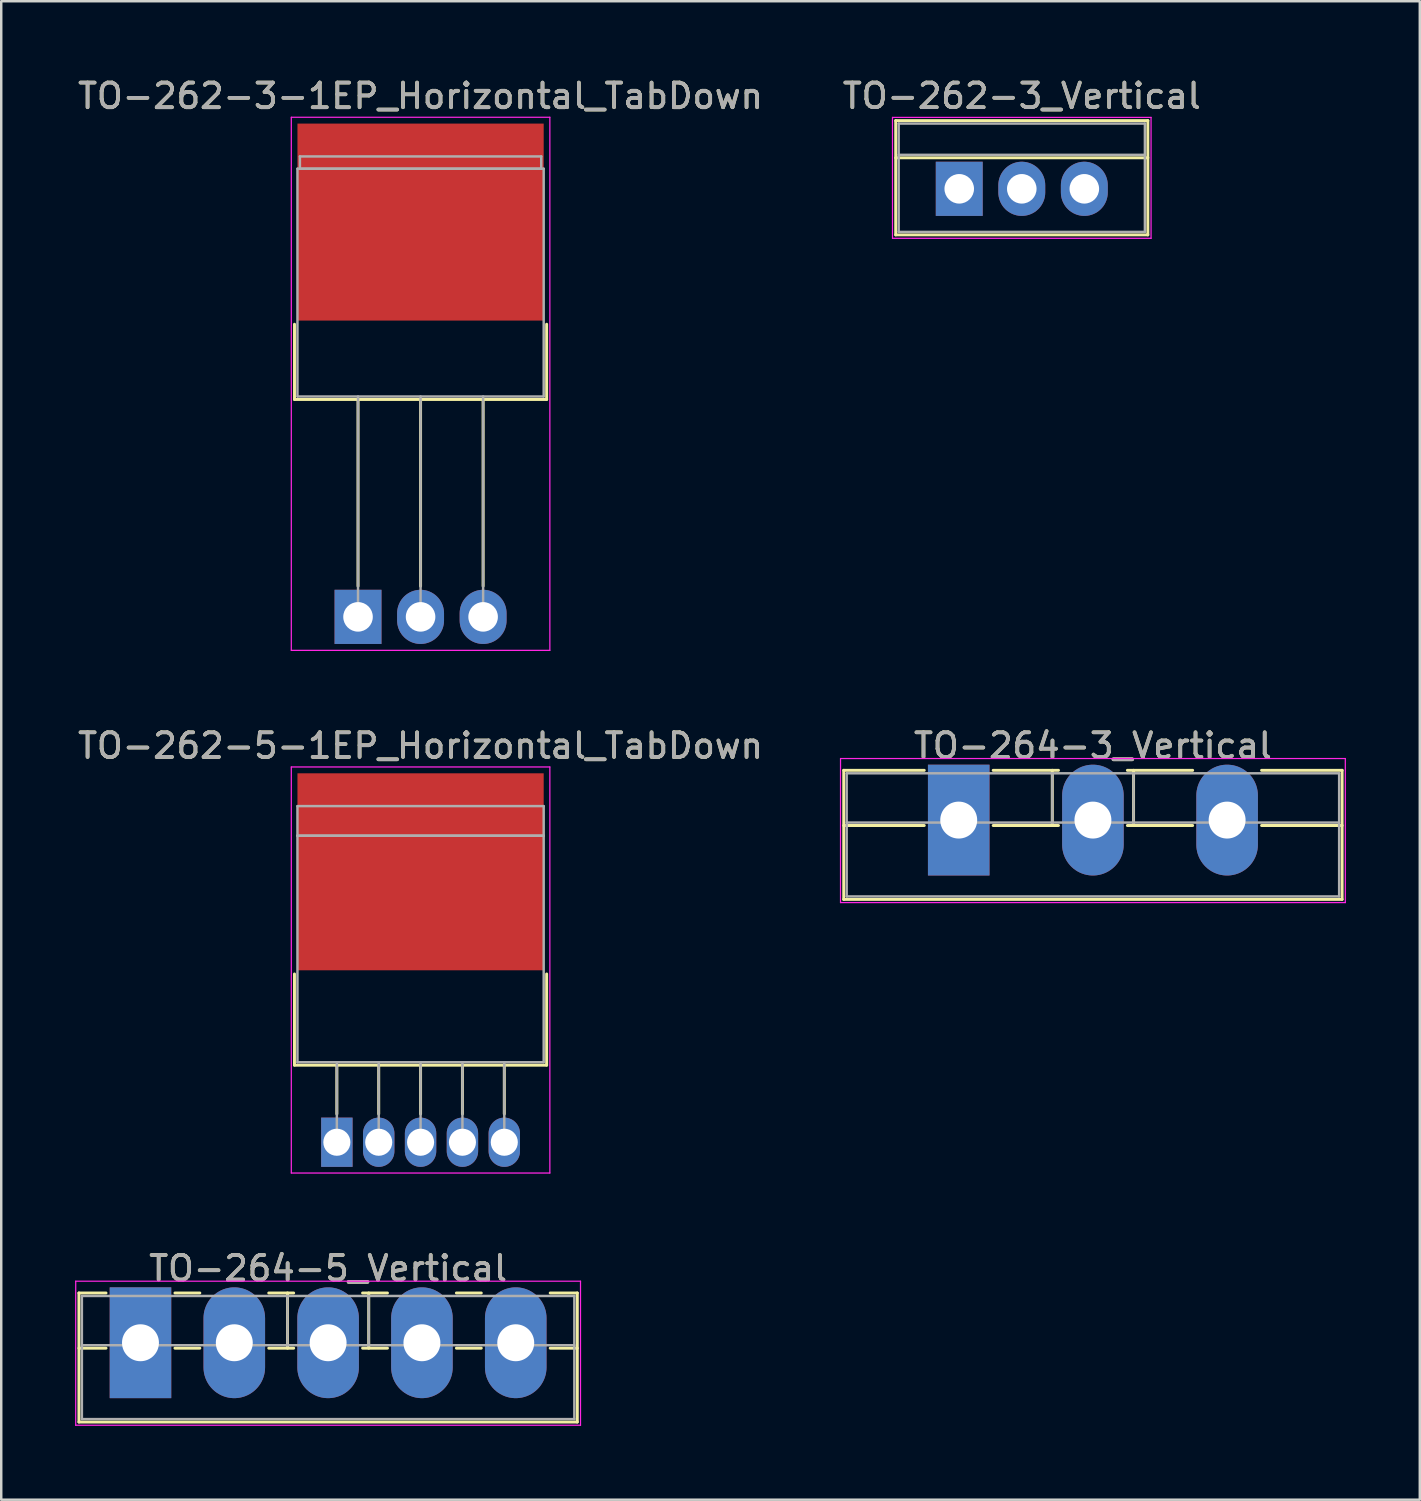
<source format=kicad_pcb>
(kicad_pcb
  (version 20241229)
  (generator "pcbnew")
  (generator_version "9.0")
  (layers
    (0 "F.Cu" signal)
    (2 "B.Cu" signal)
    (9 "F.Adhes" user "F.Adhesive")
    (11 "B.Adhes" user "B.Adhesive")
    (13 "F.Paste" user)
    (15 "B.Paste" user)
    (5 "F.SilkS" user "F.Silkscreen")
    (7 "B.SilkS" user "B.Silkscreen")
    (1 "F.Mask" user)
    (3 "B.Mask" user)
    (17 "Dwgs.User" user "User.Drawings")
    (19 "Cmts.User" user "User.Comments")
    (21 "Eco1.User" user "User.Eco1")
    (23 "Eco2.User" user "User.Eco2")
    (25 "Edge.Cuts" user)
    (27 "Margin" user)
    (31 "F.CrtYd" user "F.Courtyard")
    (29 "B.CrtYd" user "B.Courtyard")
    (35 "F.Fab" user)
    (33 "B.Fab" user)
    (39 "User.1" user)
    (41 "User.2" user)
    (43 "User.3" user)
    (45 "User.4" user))
  (footprint "TO-262-5-1EP_Horizontal_TabDown"
    (layer "F.Cu")
    (at 10.63 43.338)
    (property "Reference" "TO-262-5-1EP_Horizontal_TabDown" (at 3.4 -16.103 0) (layer "F.SilkS") (effects (font (size 1 1) (thickness 0.15))))
    (attr through_hole)
    (fp_line (start -1.721 -6.834) (end -1.721 -3.13) (stroke (width 0.12) (type solid)) (layer "F.SilkS"))
    (fp_line (start -1.721 -3.13) (end 8.52 -3.13) (stroke (width 0.12) (type solid)) (layer "F.SilkS"))
    (fp_line (start 0 -3.13) (end 0 -1.15) (stroke (width 0.12) (type solid)) (layer "F.SilkS"))
    (fp_line (start 1.7 -3.13) (end 1.7 -1.15) (stroke (width 0.12) (type solid)) (layer "F.SilkS"))
    (fp_line (start 3.4 -3.13) (end 3.4 -1.15) (stroke (width 0.12) (type solid)) (layer "F.SilkS"))
    (fp_line (start 5.1 -3.13) (end 5.1 -1.15) (stroke (width 0.12) (type solid)) (layer "F.SilkS"))
    (fp_line (start 6.8 -3.13) (end 6.8 -1.15) (stroke (width 0.12) (type solid)) (layer "F.SilkS"))
    (fp_line (start 8.52 -6.834) (end 8.52 -3.13) (stroke (width 0.12) (type solid)) (layer "F.SilkS"))
    (fp_line (start -1.85 -15.24) (end -1.85 1.25) (stroke (width 0.05) (type solid)) (layer "F.CrtYd"))
    (fp_line (start -1.85 1.25) (end 8.65 1.25) (stroke (width 0.05) (type solid)) (layer "F.CrtYd"))
    (fp_line (start 8.65 -15.24) (end -1.85 -15.24) (stroke (width 0.05) (type solid)) (layer "F.CrtYd"))
    (fp_line (start 8.65 1.25) (end 8.65 -15.24) (stroke (width 0.05) (type solid)) (layer "F.CrtYd"))
    (fp_line (start -1.6 -13.65) (end 8.4 -13.65) (stroke (width 0.1) (type solid)) (layer "F.Fab"))
    (fp_line (start -1.6 -12.45) (end -1.6 -13.65) (stroke (width 0.1) (type solid)) (layer "F.Fab"))
    (fp_line (start -1.6 -12.45) (end 8.4 -12.45) (stroke (width 0.1) (type solid)) (layer "F.Fab"))
    (fp_line (start -1.6 -3.25) (end -1.6 -12.45) (stroke (width 0.1) (type solid)) (layer "F.Fab"))
    (fp_line (start 0 -3.25) (end 0 0) (stroke (width 0.1) (type solid)) (layer "F.Fab"))
    (fp_line (start 1.7 -3.25) (end 1.7 0) (stroke (width 0.1) (type solid)) (layer "F.Fab"))
    (fp_line (start 3.4 -3.25) (end 3.4 0) (stroke (width 0.1) (type solid)) (layer "F.Fab"))
    (fp_line (start 5.1 -3.25) (end 5.1 0) (stroke (width 0.1) (type solid)) (layer "F.Fab"))
    (fp_line (start 6.8 -3.25) (end 6.8 0) (stroke (width 0.1) (type solid)) (layer "F.Fab"))
    (fp_line (start 8.4 -13.65) (end 8.4 -12.45) (stroke (width 0.1) (type solid)) (layer "F.Fab"))
    (fp_line (start 8.4 -12.45) (end -1.6 -12.45) (stroke (width 0.1) (type solid)) (layer "F.Fab"))
    (fp_line (start 8.4 -12.45) (end 8.4 -3.25) (stroke (width 0.1) (type solid)) (layer "F.Fab"))
    (fp_line (start 8.4 -3.25) (end -1.6 -3.25) (stroke (width 0.1) (type solid)) (layer "F.Fab"))
    (fp_text user "${REFERENCE}" (at 3.4 -16.103 0) (layer "F.Fab") (effects (font (size 1 1) (thickness 0.15))))
    (pad "1" thru_hole rect (at 0 0) (size 1.275 2) (drill 1.1) (layers "*.Cu" "*.Mask"))
    (pad "2" thru_hole oval (at 1.7 0) (size 1.275 2) (drill 1.1) (layers "*.Cu" "*.Mask"))
    (pad "3" thru_hole oval (at 3.4 0) (size 1.275 2) (drill 1.1) (layers "*.Cu" "*.Mask"))
    (pad "4" thru_hole oval (at 5.1 0) (size 1.275 2) (drill 1.1) (layers "*.Cu" "*.Mask"))
    (pad "5" thru_hole oval (at 6.8 0) (size 1.275 2) (drill 1.1) (layers "*.Cu" "*.Mask"))
    (pad "6" smd rect (at 3.4 -10.983) (size 10 8) (layers "F.Cu" "F.Mask")))
  (footprint "TO-264-3_Vertical"
    (layer "F.Cu")
    (at 35.885 30.255)
    (property "Reference" "TO-264-3_Vertical" (at 5.45 -3.02 0) (layer "F.SilkS") (effects (font (size 1 1) (thickness 0.15))))
    (attr through_hole)
    (fp_line (start -4.67 -2.021) (end -4.67 3.22) (stroke (width 0.12) (type solid)) (layer "F.SilkS"))
    (fp_line (start -4.67 -2.021) (end -1.4 -2.021) (stroke (width 0.12) (type solid)) (layer "F.SilkS"))
    (fp_line (start -4.67 0.22) (end -1.4 0.22) (stroke (width 0.12) (type solid)) (layer "F.SilkS"))
    (fp_line (start -4.67 3.22) (end 15.57 3.22) (stroke (width 0.12) (type solid)) (layer "F.SilkS"))
    (fp_line (start 1.4 -2.021) (end 4.051 -2.021) (stroke (width 0.12) (type solid)) (layer "F.SilkS"))
    (fp_line (start 1.4 0.22) (end 4.051 0.22) (stroke (width 0.12) (type solid)) (layer "F.SilkS"))
    (fp_line (start 3.8 -2.021) (end 3.8 0.22) (stroke (width 0.12) (type solid)) (layer "F.SilkS"))
    (fp_line (start 6.85 -2.021) (end 9.5 -2.021) (stroke (width 0.12) (type solid)) (layer "F.SilkS"))
    (fp_line (start 6.85 0.22) (end 9.5 0.22) (stroke (width 0.12) (type solid)) (layer "F.SilkS"))
    (fp_line (start 7.1 -2.021) (end 7.1 0.22) (stroke (width 0.12) (type solid)) (layer "F.SilkS"))
    (fp_line (start 12.3 -2.021) (end 15.57 -2.021) (stroke (width 0.12) (type solid)) (layer "F.SilkS"))
    (fp_line (start 12.3 0.22) (end 15.57 0.22) (stroke (width 0.12) (type solid)) (layer "F.SilkS"))
    (fp_line (start 15.57 -2.021) (end 15.57 3.22) (stroke (width 0.12) (type solid)) (layer "F.SilkS"))
    (fp_line (start -4.8 -2.5) (end -4.8 3.35) (stroke (width 0.05) (type solid)) (layer "F.CrtYd"))
    (fp_line (start -4.8 3.35) (end 15.7 3.35) (stroke (width 0.05) (type solid)) (layer "F.CrtYd"))
    (fp_line (start 15.7 -2.5) (end -4.8 -2.5) (stroke (width 0.05) (type solid)) (layer "F.CrtYd"))
    (fp_line (start 15.7 3.35) (end 15.7 -2.5) (stroke (width 0.05) (type solid)) (layer "F.CrtYd"))
    (fp_line (start -4.55 -1.9) (end -4.55 3.1) (stroke (width 0.1) (type solid)) (layer "F.Fab"))
    (fp_line (start -4.55 0.1) (end 15.45 0.1) (stroke (width 0.1) (type solid)) (layer "F.Fab"))
    (fp_line (start -4.55 3.1) (end 15.45 3.1) (stroke (width 0.1) (type solid)) (layer "F.Fab"))
    (fp_line (start 3.8 -1.9) (end 3.8 0.1) (stroke (width 0.1) (type solid)) (layer "F.Fab"))
    (fp_line (start 7.1 -1.9) (end 7.1 0.1) (stroke (width 0.1) (type solid)) (layer "F.Fab"))
    (fp_line (start 15.45 -1.9) (end -4.55 -1.9) (stroke (width 0.1) (type solid)) (layer "F.Fab"))
    (fp_line (start 15.45 3.1) (end 15.45 -1.9) (stroke (width 0.1) (type solid)) (layer "F.Fab"))
    (fp_text user "${REFERENCE}" (at 5.45 -3.02 0) (layer "F.Fab") (effects (font (size 1 1) (thickness 0.15))))
    (pad "1" thru_hole rect (at 0 0) (size 2.5 4.5) (drill 1.5) (layers "*.Cu" "*.Mask"))
    (pad "2" thru_hole oval (at 5.45 0) (size 2.5 4.5) (drill 1.5) (layers "*.Cu" "*.Mask"))
    (pad "3" thru_hole oval (at 10.9 0) (size 2.5 4.5) (drill 1.5) (layers "*.Cu" "*.Mask")))
  (footprint "TO-262-3-1EP_Horizontal_TabDown"
    (layer "F.Cu")
    (at 11.49 22.002)
    (property "Reference" "TO-262-3-1EP_Horizontal_TabDown" (at 2.54 -21.153 0) (layer "F.SilkS") (effects (font (size 1 1) (thickness 0.15))))
    (attr through_hole)
    (fp_line (start -2.58 -11.884) (end -2.58 -8.83) (stroke (width 0.12) (type solid)) (layer "F.SilkS"))
    (fp_line (start -2.58 -8.83) (end 7.66 -8.83) (stroke (width 0.12) (type solid)) (layer "F.SilkS"))
    (fp_line (start 0 -8.83) (end 0 -1.25) (stroke (width 0.12) (type solid)) (layer "F.SilkS"))
    (fp_line (start 2.54 -8.83) (end 2.54 -1.25) (stroke (width 0.12) (type solid)) (layer "F.SilkS"))
    (fp_line (start 5.08 -8.83) (end 5.08 -1.25) (stroke (width 0.12) (type solid)) (layer "F.SilkS"))
    (fp_line (start 7.66 -11.884) (end 7.66 -8.83) (stroke (width 0.12) (type solid)) (layer "F.SilkS"))
    (fp_line (start -2.71 -20.29) (end -2.71 1.36) (stroke (width 0.05) (type solid)) (layer "F.CrtYd"))
    (fp_line (start -2.71 1.36) (end 7.79 1.36) (stroke (width 0.05) (type solid)) (layer "F.CrtYd"))
    (fp_line (start 7.79 -20.29) (end -2.71 -20.29) (stroke (width 0.05) (type solid)) (layer "F.CrtYd"))
    (fp_line (start 7.79 1.36) (end 7.79 -20.29) (stroke (width 0.05) (type solid)) (layer "F.CrtYd"))
    (fp_line (start -2.46 -18.2) (end 7.54 -18.2) (stroke (width 0.1) (type solid)) (layer "F.Fab"))
    (fp_line (start -2.46 -8.95) (end -2.46 -18.2) (stroke (width 0.1) (type solid)) (layer "F.Fab"))
    (fp_line (start -2.36 -18.7) (end 7.44 -18.7) (stroke (width 0.1) (type solid)) (layer "F.Fab"))
    (fp_line (start -2.36 -18.2) (end -2.36 -18.7) (stroke (width 0.1) (type solid)) (layer "F.Fab"))
    (fp_line (start 0 -8.95) (end 0 0) (stroke (width 0.1) (type solid)) (layer "F.Fab"))
    (fp_line (start 2.54 -8.95) (end 2.54 0) (stroke (width 0.1) (type solid)) (layer "F.Fab"))
    (fp_line (start 5.08 -8.95) (end 5.08 0) (stroke (width 0.1) (type solid)) (layer "F.Fab"))
    (fp_line (start 7.44 -18.7) (end 7.44 -18.2) (stroke (width 0.1) (type solid)) (layer "F.Fab"))
    (fp_line (start 7.44 -18.2) (end -2.36 -18.2) (stroke (width 0.1) (type solid)) (layer "F.Fab"))
    (fp_line (start 7.54 -18.2) (end 7.54 -8.95) (stroke (width 0.1) (type solid)) (layer "F.Fab"))
    (fp_line (start 7.54 -8.95) (end -2.46 -8.95) (stroke (width 0.1) (type solid)) (layer "F.Fab"))
    (fp_text user "${REFERENCE}" (at 2.54 -21.153 0) (layer "F.Fab") (effects (font (size 1 1) (thickness 0.15))))
    (pad "1" thru_hole rect (at 0 0) (size 1.905 2.2) (drill 1.2) (layers "*.Cu" "*.Mask"))
    (pad "2" thru_hole oval (at 2.54 0) (size 1.905 2.2) (drill 1.2) (layers "*.Cu" "*.Mask"))
    (pad "3" thru_hole oval (at 5.08 0) (size 1.905 2.2) (drill 1.2) (layers "*.Cu" "*.Mask"))
    (pad "4" smd rect (at 2.54 -16.033) (size 10 8) (layers "F.Cu" "F.Mask")))
  (footprint "TO-264-5_Vertical"
    (layer "F.Cu")
    (at 2.655 51.481)
    (property "Reference" "TO-264-5_Vertical" (at 7.62 -3.02 0) (layer "F.SilkS") (effects (font (size 1 1) (thickness 0.15))))
    (attr through_hole)
    (fp_line (start -2.5 -2.021) (end -2.5 3.22) (stroke (width 0.12) (type solid)) (layer "F.SilkS"))
    (fp_line (start -2.5 -2.021) (end -1.4 -2.021) (stroke (width 0.12) (type solid)) (layer "F.SilkS"))
    (fp_line (start -2.5 0.22) (end -1.4 0.22) (stroke (width 0.12) (type solid)) (layer "F.SilkS"))
    (fp_line (start -2.5 3.22) (end 17.74 3.22) (stroke (width 0.12) (type solid)) (layer "F.SilkS"))
    (fp_line (start 1.4 -2.021) (end 2.41 -2.021) (stroke (width 0.12) (type solid)) (layer "F.SilkS"))
    (fp_line (start 1.4 0.22) (end 2.41 0.22) (stroke (width 0.12) (type solid)) (layer "F.SilkS"))
    (fp_line (start 5.21 -2.021) (end 6.221 -2.021) (stroke (width 0.12) (type solid)) (layer "F.SilkS"))
    (fp_line (start 5.21 0.22) (end 6.221 0.22) (stroke (width 0.12) (type solid)) (layer "F.SilkS"))
    (fp_line (start 5.971 -2.021) (end 5.971 0.22) (stroke (width 0.12) (type solid)) (layer "F.SilkS"))
    (fp_line (start 9.02 -2.021) (end 10.03 -2.021) (stroke (width 0.12) (type solid)) (layer "F.SilkS"))
    (fp_line (start 9.02 0.22) (end 10.03 0.22) (stroke (width 0.12) (type solid)) (layer "F.SilkS"))
    (fp_line (start 9.27 -2.021) (end 9.27 0.22) (stroke (width 0.12) (type solid)) (layer "F.SilkS"))
    (fp_line (start 12.83 -2.021) (end 13.84 -2.021) (stroke (width 0.12) (type solid)) (layer "F.SilkS"))
    (fp_line (start 12.83 0.22) (end 13.84 0.22) (stroke (width 0.12) (type solid)) (layer "F.SilkS"))
    (fp_line (start 16.64 -2.021) (end 17.74 -2.021) (stroke (width 0.12) (type solid)) (layer "F.SilkS"))
    (fp_line (start 16.64 0.22) (end 17.74 0.22) (stroke (width 0.12) (type solid)) (layer "F.SilkS"))
    (fp_line (start 17.74 -2.021) (end 17.74 3.22) (stroke (width 0.12) (type solid)) (layer "F.SilkS"))
    (fp_line (start -2.63 -2.5) (end -2.63 3.35) (stroke (width 0.05) (type solid)) (layer "F.CrtYd"))
    (fp_line (start -2.63 3.35) (end 17.87 3.35) (stroke (width 0.05) (type solid)) (layer "F.CrtYd"))
    (fp_line (start 17.87 -2.5) (end -2.63 -2.5) (stroke (width 0.05) (type solid)) (layer "F.CrtYd"))
    (fp_line (start 17.87 3.35) (end 17.87 -2.5) (stroke (width 0.05) (type solid)) (layer "F.CrtYd"))
    (fp_line (start -2.38 -1.9) (end -2.38 3.1) (stroke (width 0.1) (type solid)) (layer "F.Fab"))
    (fp_line (start -2.38 0.1) (end 17.62 0.1) (stroke (width 0.1) (type solid)) (layer "F.Fab"))
    (fp_line (start -2.38 3.1) (end 17.62 3.1) (stroke (width 0.1) (type solid)) (layer "F.Fab"))
    (fp_line (start 5.97 -1.9) (end 5.97 0.1) (stroke (width 0.1) (type solid)) (layer "F.Fab"))
    (fp_line (start 9.27 -1.9) (end 9.27 0.1) (stroke (width 0.1) (type solid)) (layer "F.Fab"))
    (fp_line (start 17.62 -1.9) (end -2.38 -1.9) (stroke (width 0.1) (type solid)) (layer "F.Fab"))
    (fp_line (start 17.62 3.1) (end 17.62 -1.9) (stroke (width 0.1) (type solid)) (layer "F.Fab"))
    (fp_text user "${REFERENCE}" (at 7.62 -3.02 0) (layer "F.Fab") (effects (font (size 1 1) (thickness 0.15))))
    (pad "1" thru_hole rect (at 0 0) (size 2.5 4.5) (drill 1.5) (layers "*.Cu" "*.Mask"))
    (pad "2" thru_hole oval (at 3.81 0) (size 2.5 4.5) (drill 1.5) (layers "*.Cu" "*.Mask"))
    (pad "3" thru_hole oval (at 7.62 0) (size 2.5 4.5) (drill 1.5) (layers "*.Cu" "*.Mask"))
    (pad "4" thru_hole oval (at 11.43 0) (size 2.5 4.5) (drill 1.5) (layers "*.Cu" "*.Mask"))
    (pad "5" thru_hole oval (at 15.24 0) (size 2.5 4.5) (drill 1.5) (layers "*.Cu" "*.Mask")))
  (footprint "TO-262-3_Vertical"
    (layer "F.Cu")
    (at 35.906 4.618)
    (property "Reference" "TO-262-3_Vertical" (at 2.54 -3.77 0) (layer "F.SilkS") (effects (font (size 1 1) (thickness 0.15))))
    (attr through_hole)
    (fp_line (start -2.58 -2.77) (end -2.58 1.871) (stroke (width 0.12) (type solid)) (layer "F.SilkS"))
    (fp_line (start -2.58 -2.77) (end 7.66 -2.77) (stroke (width 0.12) (type solid)) (layer "F.SilkS"))
    (fp_line (start -2.58 -1.26) (end 7.66 -1.26) (stroke (width 0.12) (type solid)) (layer "F.SilkS"))
    (fp_line (start -2.58 1.871) (end 7.66 1.871) (stroke (width 0.12) (type solid)) (layer "F.SilkS"))
    (fp_line (start 7.66 -2.77) (end 7.66 1.871) (stroke (width 0.12) (type solid)) (layer "F.SilkS"))
    (fp_line (start -2.71 -2.9) (end -2.71 2.01) (stroke (width 0.05) (type solid)) (layer "F.CrtYd"))
    (fp_line (start -2.71 2.01) (end 7.79 2.01) (stroke (width 0.05) (type solid)) (layer "F.CrtYd"))
    (fp_line (start 7.79 -2.9) (end -2.71 -2.9) (stroke (width 0.05) (type solid)) (layer "F.CrtYd"))
    (fp_line (start 7.79 2.01) (end 7.79 -2.9) (stroke (width 0.05) (type solid)) (layer "F.CrtYd"))
    (fp_line (start -2.46 -2.65) (end -2.46 1.75) (stroke (width 0.1) (type solid)) (layer "F.Fab"))
    (fp_line (start -2.46 -1.38) (end 7.54 -1.38) (stroke (width 0.1) (type solid)) (layer "F.Fab"))
    (fp_line (start -2.46 1.75) (end 7.54 1.75) (stroke (width 0.1) (type solid)) (layer "F.Fab"))
    (fp_line (start 7.54 -2.65) (end -2.46 -2.65) (stroke (width 0.1) (type solid)) (layer "F.Fab"))
    (fp_line (start 7.54 1.75) (end 7.54 -2.65) (stroke (width 0.1) (type solid)) (layer "F.Fab"))
    (fp_text user "${REFERENCE}" (at 2.54 -3.77 0) (layer "F.Fab") (effects (font (size 1 1) (thickness 0.15))))
    (pad "1" thru_hole rect (at 0 0) (size 1.905 2.2) (drill 1.2) (layers "*.Cu" "*.Mask"))
    (pad "2" thru_hole oval (at 2.54 0) (size 1.905 2.2) (drill 1.2) (layers "*.Cu" "*.Mask"))
    (pad "3" thru_hole oval (at 5.08 0) (size 1.905 2.2) (drill 1.2) (layers "*.Cu" "*.Mask")))
  (gr_rect
    (start -3 -3)
    (end 54.61 57.856)
    (stroke (width 0.1) (type default))
    (fill no)
    (layer "Edge.Cuts")))
</source>
